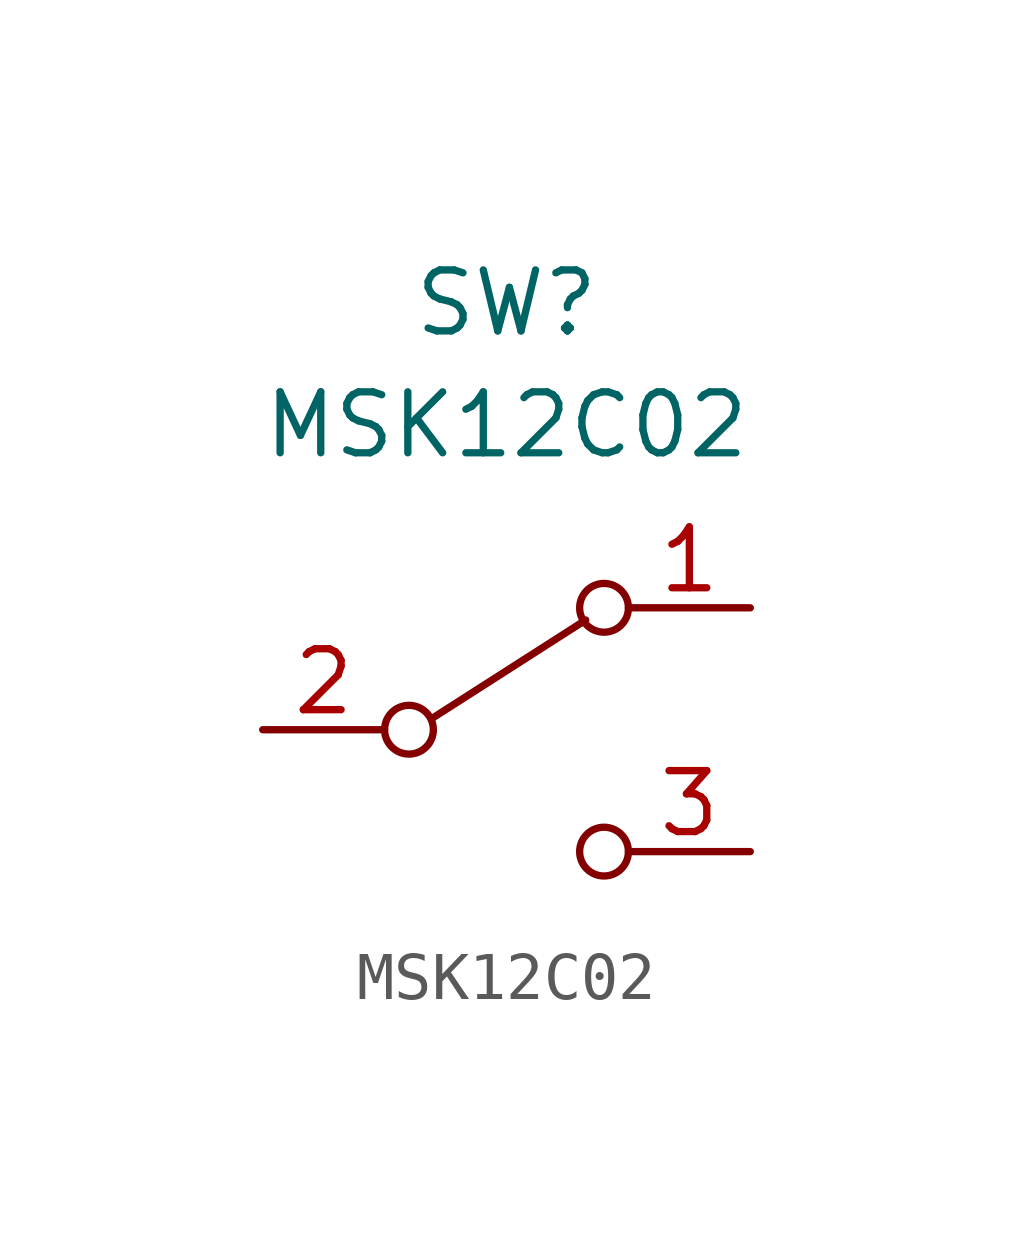
<source format=kicad_sym>
(kicad_symbol_lib
  (version 20211014)
  (generator kicad_symbol_editor)
  (symbol "MSK12C02"
    (property "Reference" "SW"
      (at 0 8.89 0)
      (effects (font (size 1.27 1.27))))
    (property "Value" "MSK12C02"
      (at 0 6.35 0)
      (effects (font (size 1.27 1.27))))
    (symbol "MSK12C02_0_0"
      (circle (center -2.032 0) (radius 0.508) (stroke (width 0) (type default) (color 0 0 0 0)) (fill (type none)))
      (circle (center 2.032 -2.54) (radius 0.508) (stroke (width 0) (type default) (color 0 0 0 0)) (fill (type none))))
    (symbol "MSK12C02_0_1"
      (polyline (pts (xy -1.524 0.254) (xy 1.651 2.286)) (stroke (width 0) (type default) (color 0 0 0 0)) (fill (type none)))
      (circle (center 2.032 2.54) (radius 0.508) (stroke (width 0) (type default) (color 0 0 0 0)) (fill (type none))))
    (symbol "MSK12C02_1_1"
      (pin passive line (at 5.08 2.54 180) (length 2.54) (name "" (effects (font (size 1.27 1.27)))) (number "1" (effects (font (size 1.27 1.27)))))
      (pin passive line (at -5.08 0 0) (length 2.54) (name "" (effects (font (size 1.27 1.27)))) (number "2" (effects (font (size 1.27 1.27)))))
      (pin passive line (at 5.08 -2.54 180) (length 2.54) (name "" (effects (font (size 1.27 1.27)))) (number "3" (effects (font (size 1.27 1.27))))))))
</source>
